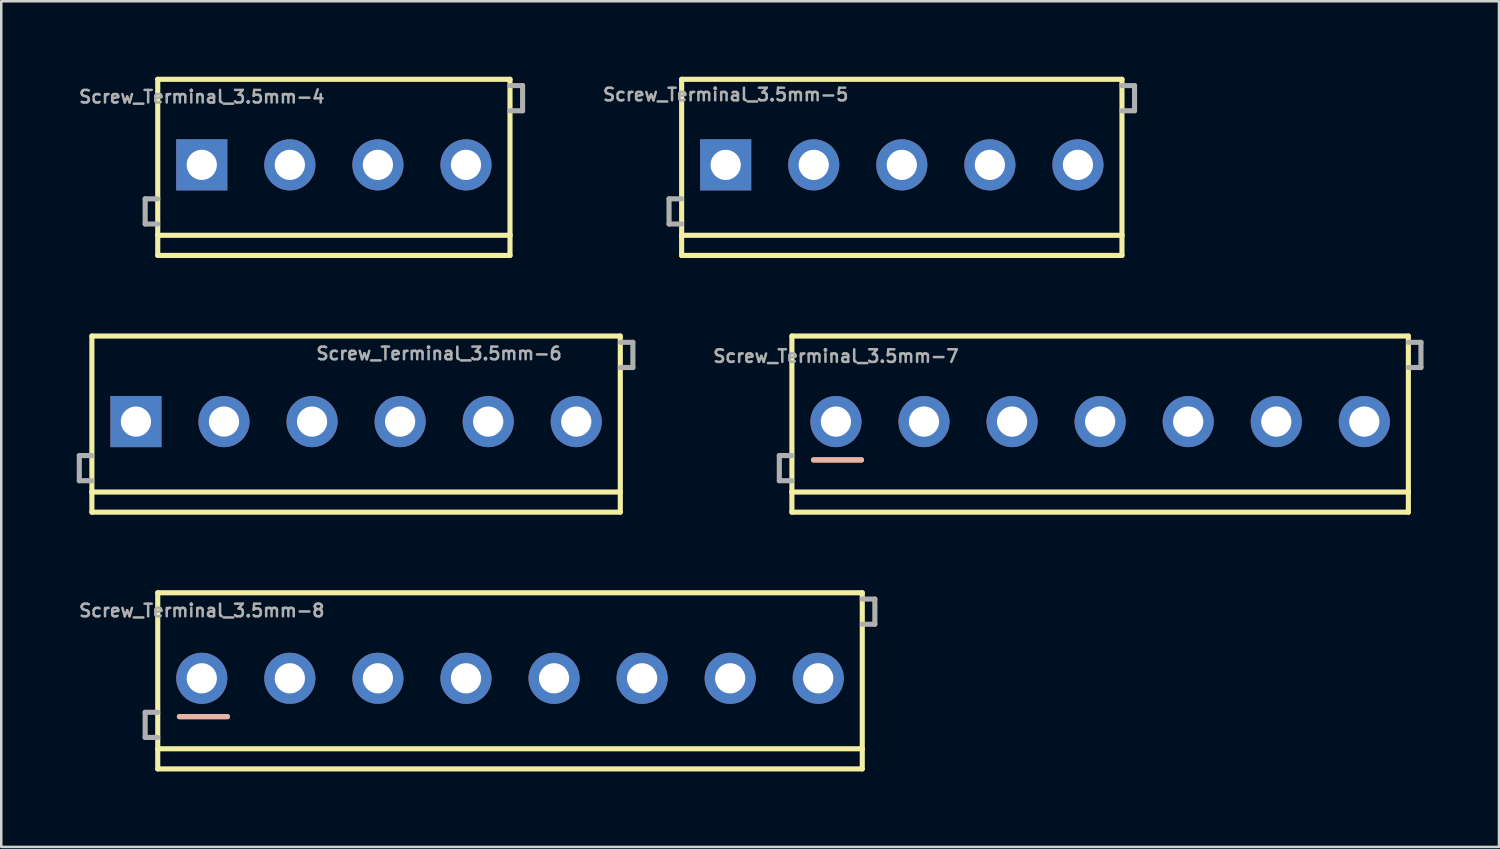
<source format=kicad_pcb>
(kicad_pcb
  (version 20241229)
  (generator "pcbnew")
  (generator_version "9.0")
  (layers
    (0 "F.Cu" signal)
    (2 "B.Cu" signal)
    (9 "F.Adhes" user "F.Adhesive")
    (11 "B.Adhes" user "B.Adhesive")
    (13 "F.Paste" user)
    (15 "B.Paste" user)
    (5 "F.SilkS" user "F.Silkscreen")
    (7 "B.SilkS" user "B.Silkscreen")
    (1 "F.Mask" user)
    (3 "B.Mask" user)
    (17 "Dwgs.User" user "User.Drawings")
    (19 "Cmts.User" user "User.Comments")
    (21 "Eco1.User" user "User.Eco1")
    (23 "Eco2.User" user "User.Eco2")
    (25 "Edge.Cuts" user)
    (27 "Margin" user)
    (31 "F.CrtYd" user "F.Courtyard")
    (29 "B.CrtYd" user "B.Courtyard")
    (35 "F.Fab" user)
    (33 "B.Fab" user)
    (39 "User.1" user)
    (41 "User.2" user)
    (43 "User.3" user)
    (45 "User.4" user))
  (footprint "Screw_Terminal_3.5mm-7"
    (layer "F.Cu")
    (at 30.172 13.705)
    (property "Reference" "Screw_Terminal_3.5mm-7" (at 0 -2.6 0) (layer "F.Fab") (effects (font (size 0.5 0.5) (thickness 0.1))))
    (attr through_hole)
    (fp_line (start -1.75 -3.4) (end 22.75 -3.4) (stroke (width 0.203) (type solid)) (layer "F.SilkS"))
    (fp_line (start -1.75 2.8) (end -1.75 -3.4) (stroke (width 0.203) (type solid)) (layer "F.SilkS"))
    (fp_line (start -1.75 3.6) (end -1.75 2.8) (stroke (width 0.203) (type solid)) (layer "F.SilkS"))
    (fp_line (start 1.016 1.524) (end -0.889 1.524) (stroke (width 0.203) (type solid)) (layer "F.SilkS"))
    (fp_line (start 22.75 -3.4) (end 22.75 2.8) (stroke (width 0.203) (type solid)) (layer "F.SilkS"))
    (fp_line (start 22.75 2.8) (end -1.75 2.8) (stroke (width 0.203) (type solid)) (layer "F.SilkS"))
    (fp_line (start 22.75 2.8) (end 22.75 3.6) (stroke (width 0.203) (type solid)) (layer "F.SilkS"))
    (fp_line (start 22.75 3.6) (end -1.75 3.6) (stroke (width 0.203) (type solid)) (layer "F.SilkS"))
    (fp_line (start -0.889 1.524) (end 1.016 1.524) (stroke (width 0.203) (type solid)) (layer "B.SilkS"))
    (fp_line (start -2.25 1.35) (end -2.25 2.35) (stroke (width 0.203) (type solid)) (layer "F.Fab"))
    (fp_line (start -2.25 2.35) (end -1.75 2.35) (stroke (width 0.203) (type solid)) (layer "F.Fab"))
    (fp_line (start -1.75 1.35) (end -2.25 1.35) (stroke (width 0.203) (type solid)) (layer "F.Fab"))
    (fp_line (start 22.75 -3.15) (end 23.25 -3.15) (stroke (width 0.203) (type solid)) (layer "F.Fab"))
    (fp_line (start 23.25 -3.15) (end 23.25 -2.15) (stroke (width 0.203) (type solid)) (layer "F.Fab"))
    (fp_line (start 23.25 -2.15) (end 22.75 -2.15) (stroke (width 0.203) (type solid)) (layer "F.Fab"))
    (pad "1" thru_hole circle (at 0 0) (size 2.032 2.032) (drill 1.2) (layers "*.Cu" "*.Mask"))
    (pad "2" thru_hole circle (at 3.5 0) (size 2.032 2.032) (drill 1.2) (layers "*.Cu" "*.Mask"))
    (pad "3" thru_hole circle (at 7 0) (size 2.032 2.032) (drill 1.2) (layers "*.Cu" "*.Mask"))
    (pad "4" thru_hole circle (at 10.5 0) (size 2.032 2.032) (drill 1.2) (layers "*.Cu" "*.Mask"))
    (pad "5" thru_hole circle (at 14 0) (size 2.032 2.032) (drill 1.2) (layers "*.Cu" "*.Mask"))
    (pad "6" thru_hole circle (at 17.5 0) (size 2.032 2.032) (drill 1.2) (layers "*.Cu" "*.Mask"))
    (pad "7" thru_hole circle (at 21 0) (size 2.032 2.032) (drill 1.2) (layers "*.Cu" "*.Mask")))
  (footprint "Screw_Terminal_3.5mm-6"
    (layer "F.Cu")
    (at 2.352 13.705)
    (property "Reference" "Screw_Terminal_3.5mm-6" (at 7.112 -2.413 0) (layer "F.Fab") (effects (font (size 0.5 0.5) (thickness 0.1)) (justify left bottom)))
    (fp_line (start -1.75 -3.4) (end 19.25 -3.4) (stroke (width 0.203) (type solid)) (layer "F.SilkS"))
    (fp_line (start -1.75 2.8) (end -1.75 -3.4) (stroke (width 0.203) (type solid)) (layer "F.SilkS"))
    (fp_line (start -1.75 3.6) (end -1.75 2.8) (stroke (width 0.203) (type solid)) (layer "F.SilkS"))
    (fp_line (start 19.25 -3.4) (end 19.25 2.8) (stroke (width 0.203) (type solid)) (layer "F.SilkS"))
    (fp_line (start 19.25 2.8) (end -1.75 2.8) (stroke (width 0.203) (type solid)) (layer "F.SilkS"))
    (fp_line (start 19.25 2.8) (end 19.25 3.6) (stroke (width 0.203) (type solid)) (layer "F.SilkS"))
    (fp_line (start 19.25 3.6) (end -1.75 3.6) (stroke (width 0.203) (type solid)) (layer "F.SilkS"))
    (fp_line (start -2.25 1.35) (end -2.25 2.35) (stroke (width 0.203) (type solid)) (layer "F.Fab"))
    (fp_line (start -2.25 2.35) (end -1.75 2.35) (stroke (width 0.203) (type solid)) (layer "F.Fab"))
    (fp_line (start -1.75 1.35) (end -2.25 1.35) (stroke (width 0.203) (type solid)) (layer "F.Fab"))
    (fp_line (start 19.25 -3.15) (end 19.75 -3.15) (stroke (width 0.203) (type solid)) (layer "F.Fab"))
    (fp_line (start 19.75 -3.15) (end 19.75 -2.15) (stroke (width 0.203) (type solid)) (layer "F.Fab"))
    (fp_line (start 19.75 -2.15) (end 19.25 -2.15) (stroke (width 0.203) (type solid)) (layer "F.Fab"))
    (pad "1" thru_hole rect (at 0 0) (size 2.032 2.032) (drill 1.2) (layers "*.Cu" "*.Mask"))
    (pad "2" thru_hole circle (at 3.5 0) (size 2.032 2.032) (drill 1.2) (layers "*.Cu" "*.Mask"))
    (pad "3" thru_hole circle (at 7 0) (size 2.032 2.032) (drill 1.2) (layers "*.Cu" "*.Mask"))
    (pad "4" thru_hole circle (at 10.5 0) (size 2.032 2.032) (drill 1.2) (layers "*.Cu" "*.Mask"))
    (pad "5" thru_hole circle (at 14 0) (size 2.032 2.032) (drill 1.2) (layers "*.Cu" "*.Mask"))
    (pad "6" thru_hole circle (at 17.5 0) (size 2.032 2.032) (drill 1.2) (layers "*.Cu" "*.Mask")))
  (footprint "Screw_Terminal_3.5mm-4"
    (layer "F.Cu")
    (at 4.969 3.502)
    (property "Reference" "Screw_Terminal_3.5mm-4" (at 0 -2.413 0) (layer "F.Fab") (effects (font (size 0.5 0.5) (thickness 0.1)) (justify bottom)))
    (fp_line (start -1.75 -3.4) (end 12.25 -3.4) (stroke (width 0.203) (type solid)) (layer "F.SilkS"))
    (fp_line (start -1.75 2.8) (end -1.75 -3.4) (stroke (width 0.203) (type solid)) (layer "F.SilkS"))
    (fp_line (start -1.75 3.6) (end -1.75 2.8) (stroke (width 0.203) (type solid)) (layer "F.SilkS"))
    (fp_line (start 12.25 -3.4) (end 12.25 2.8) (stroke (width 0.203) (type solid)) (layer "F.SilkS"))
    (fp_line (start 12.25 2.8) (end -1.75 2.8) (stroke (width 0.203) (type solid)) (layer "F.SilkS"))
    (fp_line (start 12.25 2.8) (end 12.25 3.6) (stroke (width 0.203) (type solid)) (layer "F.SilkS"))
    (fp_line (start 12.25 3.6) (end -1.75 3.6) (stroke (width 0.203) (type solid)) (layer "F.SilkS"))
    (fp_line (start -2.25 1.35) (end -2.25 2.35) (stroke (width 0.203) (type solid)) (layer "F.Fab"))
    (fp_line (start -2.25 2.35) (end -1.75 2.35) (stroke (width 0.203) (type solid)) (layer "F.Fab"))
    (fp_line (start -1.75 1.35) (end -2.25 1.35) (stroke (width 0.203) (type solid)) (layer "F.Fab"))
    (fp_line (start 12.25 -3.15) (end 12.75 -3.15) (stroke (width 0.203) (type solid)) (layer "F.Fab"))
    (fp_line (start 12.75 -3.15) (end 12.75 -2.15) (stroke (width 0.203) (type solid)) (layer "F.Fab"))
    (fp_line (start 12.75 -2.15) (end 12.25 -2.15) (stroke (width 0.203) (type solid)) (layer "F.Fab"))
    (fp_circle (center 0 0) (end 0.425 0) (stroke (width 0.001) (type solid)) (fill no) (layer "F.Fab"))
    (fp_circle (center 3.5 0) (end 3.925 0) (stroke (width 0.001) (type solid)) (fill no) (layer "F.Fab"))
    (fp_circle (center 7 0) (end 7.425 0) (stroke (width 0.001) (type solid)) (fill no) (layer "F.Fab"))
    (fp_circle (center 10.5 0) (end 10.925 0) (stroke (width 0.001) (type solid)) (fill no) (layer "F.Fab"))
    (pad "1" thru_hole rect (at 0 0) (size 2.032 2.032) (drill 1.2) (layers "*.Cu" "*.Mask"))
    (pad "2" thru_hole circle (at 3.5 0) (size 2.032 2.032) (drill 1.2) (layers "*.Cu" "*.Mask"))
    (pad "3" thru_hole circle (at 7 0) (size 2.032 2.032) (drill 1.2) (layers "*.Cu" "*.Mask"))
    (pad "4" thru_hole circle (at 10.5 0) (size 2.032 2.032) (drill 1.2) (layers "*.Cu" "*.Mask")))
  (footprint "Screw_Terminal_3.5mm-8"
    (layer "F.Cu")
    (at 4.969 23.908)
    (property "Reference" "Screw_Terminal_3.5mm-8" (at 0 -2.4 0) (layer "F.Fab") (effects (font (size 0.5 0.5) (thickness 0.1)) (justify bottom)))
    (fp_line (start -1.75 -3.4) (end 26.25 -3.4) (stroke (width 0.203) (type solid)) (layer "F.SilkS"))
    (fp_line (start -1.75 2.8) (end -1.75 -3.4) (stroke (width 0.203) (type solid)) (layer "F.SilkS"))
    (fp_line (start -1.75 3.6) (end -1.75 2.8) (stroke (width 0.203) (type solid)) (layer "F.SilkS"))
    (fp_line (start 1.016 1.524) (end -0.889 1.524) (stroke (width 0.203) (type solid)) (layer "F.SilkS"))
    (fp_line (start 26.25 -3.4) (end 26.25 2.8) (stroke (width 0.203) (type solid)) (layer "F.SilkS"))
    (fp_line (start 26.25 2.8) (end -1.75 2.8) (stroke (width 0.203) (type solid)) (layer "F.SilkS"))
    (fp_line (start 26.25 2.8) (end 26.25 3.6) (stroke (width 0.203) (type solid)) (layer "F.SilkS"))
    (fp_line (start 26.25 3.6) (end -1.75 3.6) (stroke (width 0.203) (type solid)) (layer "F.SilkS"))
    (fp_line (start -0.889 1.524) (end 1.016 1.524) (stroke (width 0.203) (type solid)) (layer "B.SilkS"))
    (fp_line (start -2.25 1.35) (end -2.25 2.35) (stroke (width 0.203) (type solid)) (layer "F.Fab"))
    (fp_line (start -2.25 2.35) (end -1.75 2.35) (stroke (width 0.203) (type solid)) (layer "F.Fab"))
    (fp_line (start -1.75 1.35) (end -2.25 1.35) (stroke (width 0.203) (type solid)) (layer "F.Fab"))
    (fp_line (start 26.25 -3.15) (end 26.75 -3.15) (stroke (width 0.203) (type solid)) (layer "F.Fab"))
    (fp_line (start 26.75 -3.15) (end 26.75 -2.15) (stroke (width 0.203) (type solid)) (layer "F.Fab"))
    (fp_line (start 26.75 -2.15) (end 26.25 -2.15) (stroke (width 0.203) (type solid)) (layer "F.Fab"))
    (pad "1" thru_hole circle (at 0 0) (size 2.032 2.032) (drill 1.2) (layers "*.Cu" "*.Mask"))
    (pad "2" thru_hole circle (at 3.5 0) (size 2.032 2.032) (drill 1.2) (layers "*.Cu" "*.Mask"))
    (pad "3" thru_hole circle (at 7 0) (size 2.032 2.032) (drill 1.2) (layers "*.Cu" "*.Mask"))
    (pad "4" thru_hole circle (at 10.5 0) (size 2.032 2.032) (drill 1.2) (layers "*.Cu" "*.Mask"))
    (pad "5" thru_hole circle (at 14 0) (size 2.032 2.032) (drill 1.2) (layers "*.Cu" "*.Mask"))
    (pad "6" thru_hole circle (at 17.5 0) (size 2.032 2.032) (drill 1.2) (layers "*.Cu" "*.Mask"))
    (pad "7" thru_hole circle (at 21 0) (size 2.032 2.032) (drill 1.2) (layers "*.Cu" "*.Mask"))
    (pad "8" thru_hole circle (at 24.5 0) (size 2.032 2.032) (drill 1.2) (layers "*.Cu" "*.Mask")))
  (footprint "Screw_Terminal_3.5mm-5"
    (layer "F.Cu")
    (at 25.79 3.502)
    (property "Reference" "Screw_Terminal_3.5mm-5" (at 0 -2.5 0) (layer "F.Fab") (effects (font (size 0.5 0.5) (thickness 0.1)) (justify bottom)))
    (fp_line (start -1.75 -3.4) (end 15.75 -3.4) (stroke (width 0.203) (type solid)) (layer "F.SilkS"))
    (fp_line (start -1.75 2.8) (end -1.75 -3.4) (stroke (width 0.203) (type solid)) (layer "F.SilkS"))
    (fp_line (start -1.75 3.6) (end -1.75 2.8) (stroke (width 0.203) (type solid)) (layer "F.SilkS"))
    (fp_line (start 15.75 -3.4) (end 15.75 2.8) (stroke (width 0.203) (type solid)) (layer "F.SilkS"))
    (fp_line (start 15.75 2.8) (end -1.75 2.8) (stroke (width 0.203) (type solid)) (layer "F.SilkS"))
    (fp_line (start 15.75 2.8) (end 15.75 3.6) (stroke (width 0.203) (type solid)) (layer "F.SilkS"))
    (fp_line (start 15.75 3.6) (end -1.75 3.6) (stroke (width 0.203) (type solid)) (layer "F.SilkS"))
    (fp_line (start -2.25 1.35) (end -2.25 2.35) (stroke (width 0.203) (type solid)) (layer "F.Fab"))
    (fp_line (start -2.25 2.35) (end -1.75 2.35) (stroke (width 0.203) (type solid)) (layer "F.Fab"))
    (fp_line (start -1.75 1.35) (end -2.25 1.35) (stroke (width 0.203) (type solid)) (layer "F.Fab"))
    (fp_line (start 15.75 -3.15) (end 16.25 -3.15) (stroke (width 0.203) (type solid)) (layer "F.Fab"))
    (fp_line (start 16.25 -3.15) (end 16.25 -2.15) (stroke (width 0.203) (type solid)) (layer "F.Fab"))
    (fp_line (start 16.25 -2.15) (end 15.75 -2.15) (stroke (width 0.203) (type solid)) (layer "F.Fab"))
    (pad "1" thru_hole rect (at 0 0) (size 2.032 2.032) (drill 1.2) (layers "*.Cu" "*.Mask"))
    (pad "2" thru_hole circle (at 3.5 0) (size 2.032 2.032) (drill 1.2) (layers "*.Cu" "*.Mask"))
    (pad "3" thru_hole circle (at 7 0) (size 2.032 2.032) (drill 1.2) (layers "*.Cu" "*.Mask"))
    (pad "4" thru_hole circle (at 10.5 0) (size 2.032 2.032) (drill 1.2) (layers "*.Cu" "*.Mask"))
    (pad "5" thru_hole circle (at 14 0) (size 2.032 2.032) (drill 1.2) (layers "*.Cu" "*.Mask")))
  (gr_rect
    (start -3 -3)
    (end 56.524 30.61)
    (stroke (width 0.1) (type default))
    (fill no)
    (layer "Edge.Cuts")))
</source>
